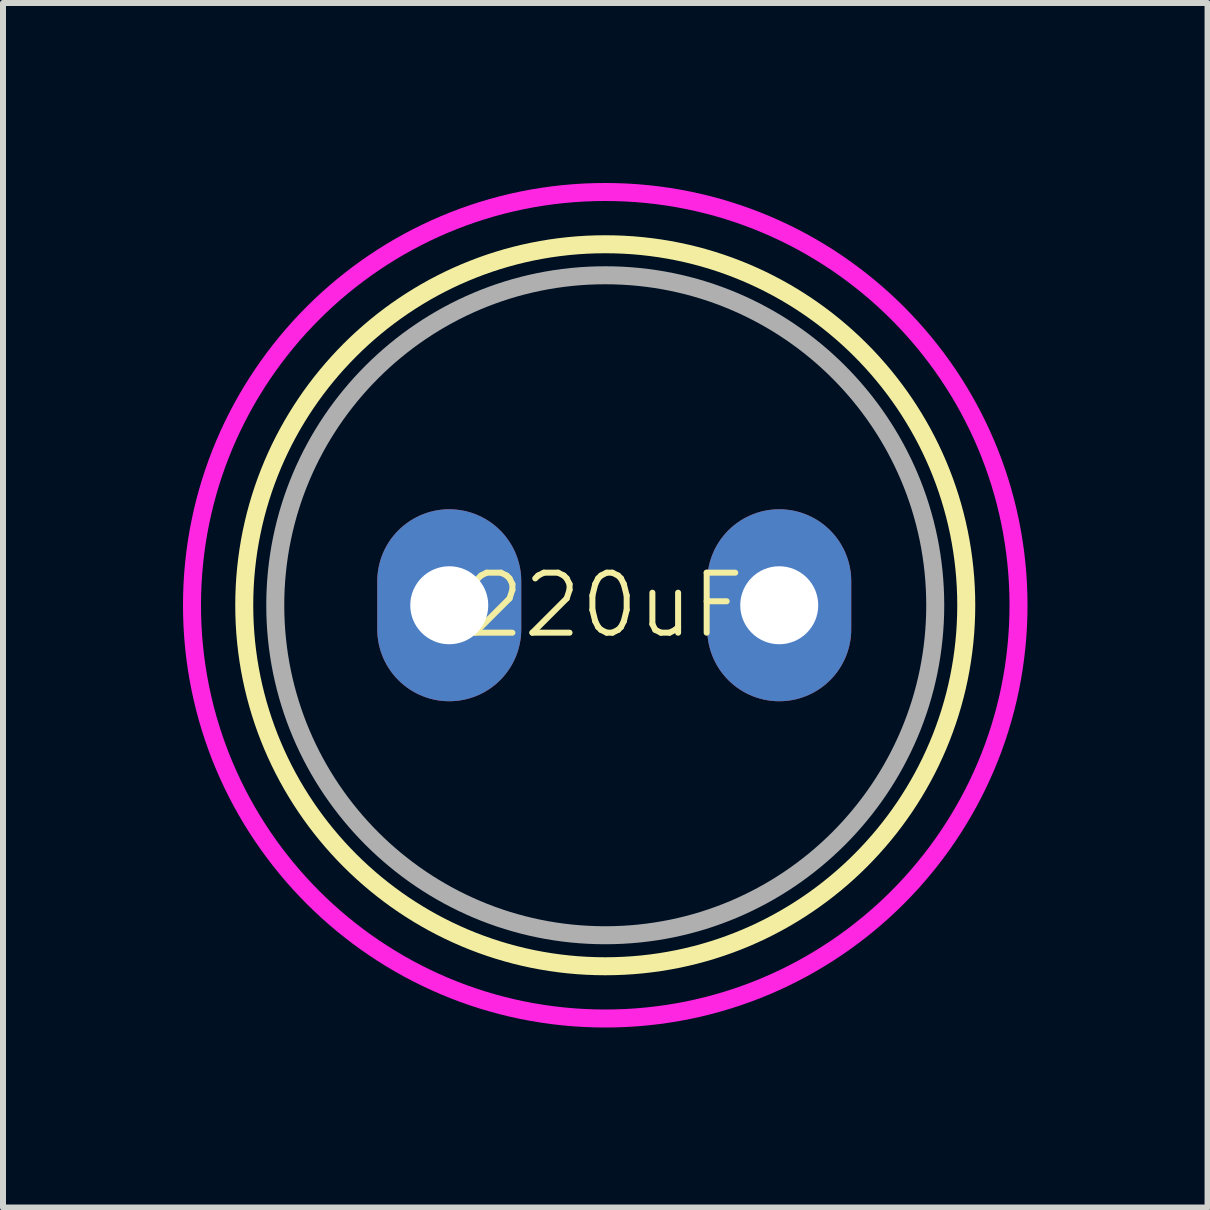
<source format=kicad_pcb>
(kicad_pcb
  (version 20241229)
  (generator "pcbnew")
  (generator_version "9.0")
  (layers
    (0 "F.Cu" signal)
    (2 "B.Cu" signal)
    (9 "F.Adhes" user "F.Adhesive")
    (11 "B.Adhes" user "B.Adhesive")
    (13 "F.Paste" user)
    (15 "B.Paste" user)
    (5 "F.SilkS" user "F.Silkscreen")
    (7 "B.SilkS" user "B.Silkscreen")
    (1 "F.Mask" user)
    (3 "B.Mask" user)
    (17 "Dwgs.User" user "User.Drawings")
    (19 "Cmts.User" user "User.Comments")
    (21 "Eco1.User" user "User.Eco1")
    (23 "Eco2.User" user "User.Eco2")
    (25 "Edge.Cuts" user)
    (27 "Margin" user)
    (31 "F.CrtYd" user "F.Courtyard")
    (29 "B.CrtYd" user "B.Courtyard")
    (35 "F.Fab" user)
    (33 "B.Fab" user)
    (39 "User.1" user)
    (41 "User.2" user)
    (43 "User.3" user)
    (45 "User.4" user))
  (footprint "220uF"
    (layer "F.Cu")
    (at 7.038 7.038)
    (property "Reference" "220uF" (at 0 0 0) (unlocked yes) (layer "F.SilkS") (effects (font (size 1 1) (thickness 0.1))))
    (attr through_hole)
    (fp_circle (center 0 0) (end 6.017 0) (stroke (width 0.3) (type default)) (fill no) (layer "F.SilkS"))
    (fp_circle (center 0 0) (end 6.888 0) (stroke (width 0.3) (type default)) (fill no) (layer "F.CrtYd"))
    (fp_circle (center 0 0) (end 5.5 0) (stroke (width 0.3) (type default)) (fill no) (layer "F.Fab"))
    (pad "1" thru_hole oval (at -2.6 0) (size 2.4 3.2) (drill 1.3) (layers "*.Cu" "*.Mask"))
    (pad "2" thru_hole oval (at 2.9 0) (size 2.4 3.2) (drill 1.3) (layers "*.Cu" "*.Mask")))
  (gr_rect
    (start -3 -3)
    (end 17.077 17.077)
    (stroke (width 0.1) (type default))
    (fill no)
    (layer "Edge.Cuts")))
</source>
